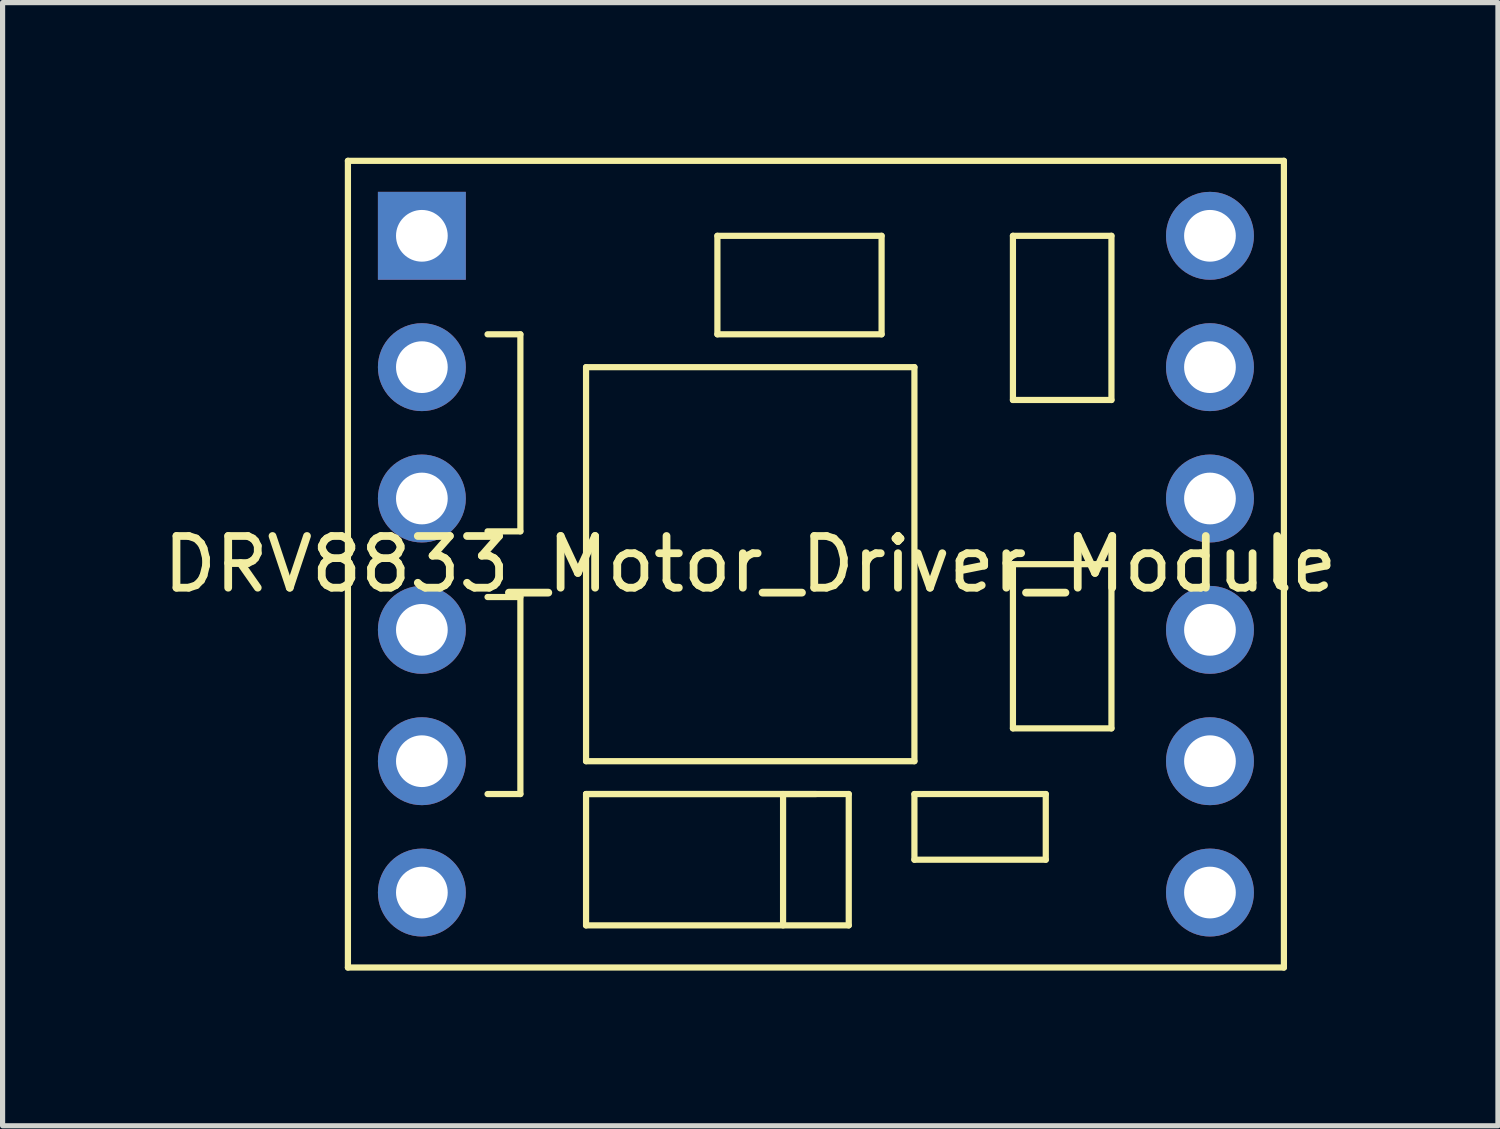
<source format=kicad_pcb>
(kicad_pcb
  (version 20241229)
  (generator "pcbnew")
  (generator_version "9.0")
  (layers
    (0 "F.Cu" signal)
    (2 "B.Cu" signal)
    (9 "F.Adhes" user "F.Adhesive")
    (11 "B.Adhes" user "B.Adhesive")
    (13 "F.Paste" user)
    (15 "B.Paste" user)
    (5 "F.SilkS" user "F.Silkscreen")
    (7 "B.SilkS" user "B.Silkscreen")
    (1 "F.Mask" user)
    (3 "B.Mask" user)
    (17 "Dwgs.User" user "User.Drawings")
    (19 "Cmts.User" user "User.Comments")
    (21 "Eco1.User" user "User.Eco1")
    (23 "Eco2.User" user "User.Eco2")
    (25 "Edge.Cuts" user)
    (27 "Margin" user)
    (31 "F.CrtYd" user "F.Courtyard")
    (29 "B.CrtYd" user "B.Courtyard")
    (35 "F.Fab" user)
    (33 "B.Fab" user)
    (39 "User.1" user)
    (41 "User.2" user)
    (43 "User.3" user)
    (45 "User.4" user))
  (footprint "DRV8833_Motor_Driver_Module"
    (layer "F.Cu")
    (at 12.728 7.86)
    (property "Reference" "DRV8833_Motor_Driver_Module" (at -1.27 0 0) (layer "F.SilkS") (effects (font (size 1 1) (thickness 0.15))))
    (attr through_hole)
    (fp_line (start -9.05 -7.8) (end 9.05 -7.8) (stroke (width 0.12) (type solid)) (layer "F.SilkS"))
    (fp_line (start -9.05 7.8) (end -9.05 -7.8) (stroke (width 0.12) (type solid)) (layer "F.SilkS"))
    (fp_line (start -6.35 -4.445) (end -5.715 -4.445) (stroke (width 0.12) (type solid)) (layer "F.SilkS"))
    (fp_line (start -6.35 0.635) (end -5.715 0.635) (stroke (width 0.12) (type solid)) (layer "F.SilkS"))
    (fp_line (start -5.715 -4.445) (end -5.715 -0.635) (stroke (width 0.12) (type solid)) (layer "F.SilkS"))
    (fp_line (start -5.715 -0.635) (end -6.35 -0.635) (stroke (width 0.12) (type solid)) (layer "F.SilkS"))
    (fp_line (start -5.715 0.635) (end -5.715 4.445) (stroke (width 0.12) (type solid)) (layer "F.SilkS"))
    (fp_line (start -5.715 4.445) (end -6.35 4.445) (stroke (width 0.12) (type solid)) (layer "F.SilkS"))
    (fp_line (start -4.445 -3.81) (end -4.445 3.81) (stroke (width 0.12) (type solid)) (layer "F.SilkS"))
    (fp_line (start -4.445 3.81) (end 1.905 3.81) (stroke (width 0.12) (type solid)) (layer "F.SilkS"))
    (fp_line (start -4.445 4.445) (end -4.445 6.985) (stroke (width 0.12) (type solid)) (layer "F.SilkS"))
    (fp_line (start -4.445 4.445) (end 0 4.445) (stroke (width 0.12) (type solid)) (layer "F.SilkS"))
    (fp_line (start -4.445 6.985) (end 0.635 6.985) (stroke (width 0.12) (type solid)) (layer "F.SilkS"))
    (fp_line (start -1.905 -6.35) (end 1.27 -6.35) (stroke (width 0.12) (type solid)) (layer "F.SilkS"))
    (fp_line (start -1.905 -4.445) (end -1.905 -6.35) (stroke (width 0.12) (type solid)) (layer "F.SilkS"))
    (fp_line (start -0.635 4.445) (end -0.635 6.985) (stroke (width 0.12) (type solid)) (layer "F.SilkS"))
    (fp_line (start 0.635 4.445) (end -4.445 4.445) (stroke (width 0.12) (type solid)) (layer "F.SilkS"))
    (fp_line (start 0.635 6.985) (end 0.635 4.445) (stroke (width 0.12) (type solid)) (layer "F.SilkS"))
    (fp_line (start 1.27 -6.35) (end 1.27 -4.445) (stroke (width 0.12) (type solid)) (layer "F.SilkS"))
    (fp_line (start 1.27 -4.445) (end -1.905 -4.445) (stroke (width 0.12) (type solid)) (layer "F.SilkS"))
    (fp_line (start 1.905 -3.81) (end -4.445 -3.81) (stroke (width 0.12) (type solid)) (layer "F.SilkS"))
    (fp_line (start 1.905 3.81) (end 1.905 -3.81) (stroke (width 0.12) (type solid)) (layer "F.SilkS"))
    (fp_line (start 1.905 4.445) (end 1.905 5.715) (stroke (width 0.12) (type solid)) (layer "F.SilkS"))
    (fp_line (start 1.905 5.715) (end 4.445 5.715) (stroke (width 0.12) (type solid)) (layer "F.SilkS"))
    (fp_line (start 3.81 -6.35) (end 5.715 -6.35) (stroke (width 0.12) (type solid)) (layer "F.SilkS"))
    (fp_line (start 3.81 -3.175) (end 3.81 -6.35) (stroke (width 0.12) (type solid)) (layer "F.SilkS"))
    (fp_line (start 3.81 0) (end 3.81 3.175) (stroke (width 0.12) (type solid)) (layer "F.SilkS"))
    (fp_line (start 3.81 3.175) (end 5.715 3.175) (stroke (width 0.12) (type solid)) (layer "F.SilkS"))
    (fp_line (start 4.445 4.445) (end 1.905 4.445) (stroke (width 0.12) (type solid)) (layer "F.SilkS"))
    (fp_line (start 4.445 5.715) (end 4.445 4.445) (stroke (width 0.12) (type solid)) (layer "F.SilkS"))
    (fp_line (start 5.715 -6.35) (end 5.715 -3.175) (stroke (width 0.12) (type solid)) (layer "F.SilkS"))
    (fp_line (start 5.715 -3.175) (end 3.81 -3.175) (stroke (width 0.12) (type solid)) (layer "F.SilkS"))
    (fp_line (start 5.715 0) (end 3.81 0) (stroke (width 0.12) (type solid)) (layer "F.SilkS"))
    (fp_line (start 5.715 3.175) (end 5.715 0) (stroke (width 0.12) (type solid)) (layer "F.SilkS"))
    (fp_line (start 9.05 -7.8) (end 9.05 7.8) (stroke (width 0.12) (type solid)) (layer "F.SilkS"))
    (fp_line (start 9.05 7.8) (end -9.05 7.8) (stroke (width 0.12) (type solid)) (layer "F.SilkS"))
    (pad "1" thru_hole rect (at -7.62 -6.35) (size 1.7 1.7) (drill 1) (layers "*.Cu" "*.Mask"))
    (pad "2" thru_hole circle (at -7.62 -3.81) (size 1.7 1.7) (drill 1) (layers "*.Cu" "*.Mask"))
    (pad "3" thru_hole circle (at -7.62 -1.27) (size 1.7 1.7) (drill 1) (layers "*.Cu" "*.Mask"))
    (pad "4" thru_hole circle (at -7.62 1.27) (size 1.7 1.7) (drill 1) (layers "*.Cu" "*.Mask"))
    (pad "5" thru_hole circle (at -7.62 3.81) (size 1.7 1.7) (drill 1) (layers "*.Cu" "*.Mask"))
    (pad "6" thru_hole circle (at -7.62 6.35) (size 1.7 1.7) (drill 1) (layers "*.Cu" "*.Mask"))
    (pad "7" thru_hole circle (at 7.62 6.35) (size 1.7 1.7) (drill 1) (layers "*.Cu" "*.Mask"))
    (pad "8" thru_hole circle (at 7.62 3.81) (size 1.7 1.7) (drill 1) (layers "*.Cu" "*.Mask"))
    (pad "9" thru_hole circle (at 7.62 1.27) (size 1.7 1.7) (drill 1) (layers "*.Cu" "*.Mask"))
    (pad "10" thru_hole circle (at 7.62 -1.27) (size 1.7 1.7) (drill 1) (layers "*.Cu" "*.Mask"))
    (pad "11" thru_hole circle (at 7.62 -3.81) (size 1.7 1.7) (drill 1) (layers "*.Cu" "*.Mask"))
    (pad "12" thru_hole circle (at 7.62 -6.35) (size 1.7 1.7) (drill 1) (layers "*.Cu" "*.Mask")))
  (gr_rect
    (start -3 -3)
    (end 25.917 18.72)
    (stroke (width 0.1) (type default))
    (fill no)
    (layer "Edge.Cuts")))
</source>
